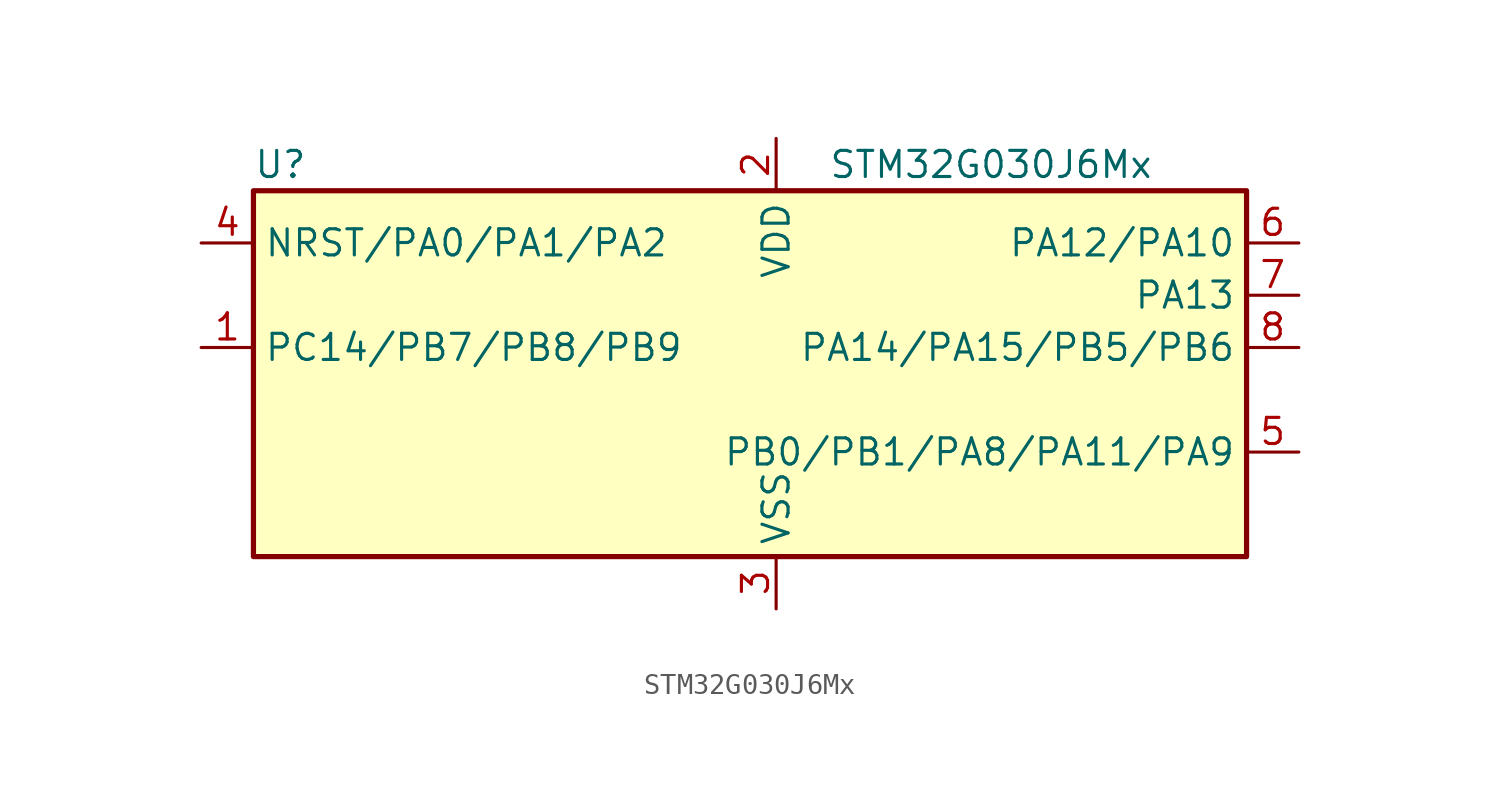
<source format=kicad_sym>
(kicad_symbol_lib
  (version 20220914)
  (generator kicad_symbol_editor)
  (symbol "STM32G030J6Mx"
    (property "Reference" "U"
      (at -22.86 11.43 0)
      (effects (font (size 1.27 1.27)) (justify left)))
    (property "Value" "STM32G030J6Mx"
      (at 5.08 11.43 0)
      (effects (font (size 1.27 1.27)) (justify left)))
    (property "ki_locked" ""
      (at 0 0 0)
      (effects (font (size 1.27 1.27))))
    (symbol "STM32G030J6Mx_0_1"
      (rectangle (start -22.86 -7.62) (end 25.4 10.16) (stroke (width 0.254) (type default)) (fill (type background))))
    (symbol "STM32G030J6Mx_1_1"
      (pin bidirectional line (at -25.4 2.54 0) (length 2.54) (name "PC14/PB7/PB8/PB9" (effects (font (size 1.27 1.27)))) (number "1" (effects (font (size 1.27 1.27)))) (alternate "RCC_OSC32_IN" bidirectional line) (alternate "RCC_OSC_IN" bidirectional line) (alternate "TIM1_BK2" bidirectional line))
      (pin power_in line (at 2.54 12.7 270) (length 2.54) (name "VDD" (effects (font (size 1.27 1.27)))) (number "2" (effects (font (size 1.27 1.27)))))
      (pin power_in line (at 2.54 -10.16 90) (length 2.54) (name "VSS" (effects (font (size 1.27 1.27)))) (number "3" (effects (font (size 1.27 1.27)))))
      (pin bidirectional line (at -25.4 7.62 0) (length 2.54) (name "NRST/PA0/PA1/PA2" (effects (font (size 1.27 1.27)))) (number "4" (effects (font (size 1.27 1.27)))))
      (pin bidirectional line (at 27.94 -2.54 180) (length 2.54) (name "PB0/PB1/PA8/PA11/PA9" (effects (font (size 1.27 1.27)))) (number "5" (effects (font (size 1.27 1.27)))) (alternate "ADC1_IN8" bidirectional line) (alternate "I2S1_WS" bidirectional line) (alternate "SPI1_NSS" bidirectional line) (alternate "TIM1_CH2N" bidirectional line) (alternate "TIM3_CH3" bidirectional line))
      (pin bidirectional line (at 27.94 7.62 180) (length 2.54) (name "PA12/PA10" (effects (font (size 1.27 1.27)))) (number "6" (effects (font (size 1.27 1.27)))) (alternate "ADC1_IN16" bidirectional line) (alternate "I2C2_SDA" bidirectional line) (alternate "I2S1_SD" bidirectional line) (alternate "I2S_CKIN" bidirectional line) (alternate "SPI1_MOSI" bidirectional line) (alternate "TIM1_ETR" bidirectional line) (alternate "USART1_CK" bidirectional line) (alternate "USART1_DE" bidirectional line) (alternate "USART1_RTS" bidirectional line))
      (pin bidirectional line (at 27.94 5.08 180) (length 2.54) (name "PA13" (effects (font (size 1.27 1.27)))) (number "7" (effects (font (size 1.27 1.27)))) (alternate "ADC1_IN17" bidirectional line) (alternate "IR_OUT" bidirectional line) (alternate "SYS_SWDIO" bidirectional line))
      (pin bidirectional line (at 27.94 2.54 180) (length 2.54) (name "PA14/PA15/PB5/PB6" (effects (font (size 1.27 1.27)))) (number "8" (effects (font (size 1.27 1.27)))) (alternate "ADC1_IN18" bidirectional line) (alternate "SYS_SWCLK" bidirectional line) (alternate "USART2_TX" bidirectional line)))))
</source>
